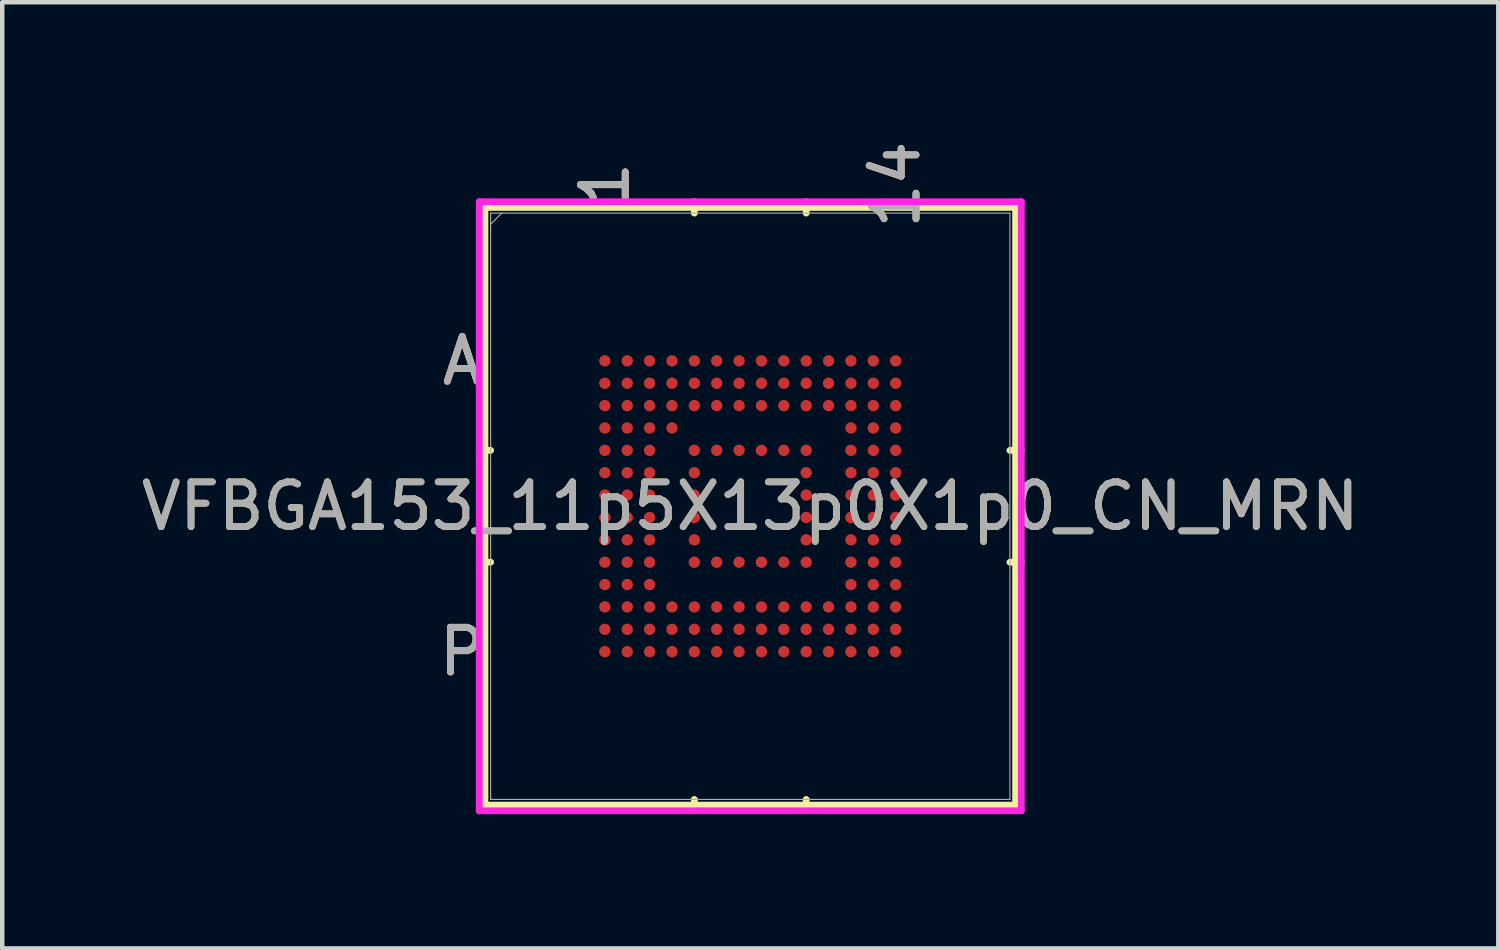
<source format=kicad_pcb>
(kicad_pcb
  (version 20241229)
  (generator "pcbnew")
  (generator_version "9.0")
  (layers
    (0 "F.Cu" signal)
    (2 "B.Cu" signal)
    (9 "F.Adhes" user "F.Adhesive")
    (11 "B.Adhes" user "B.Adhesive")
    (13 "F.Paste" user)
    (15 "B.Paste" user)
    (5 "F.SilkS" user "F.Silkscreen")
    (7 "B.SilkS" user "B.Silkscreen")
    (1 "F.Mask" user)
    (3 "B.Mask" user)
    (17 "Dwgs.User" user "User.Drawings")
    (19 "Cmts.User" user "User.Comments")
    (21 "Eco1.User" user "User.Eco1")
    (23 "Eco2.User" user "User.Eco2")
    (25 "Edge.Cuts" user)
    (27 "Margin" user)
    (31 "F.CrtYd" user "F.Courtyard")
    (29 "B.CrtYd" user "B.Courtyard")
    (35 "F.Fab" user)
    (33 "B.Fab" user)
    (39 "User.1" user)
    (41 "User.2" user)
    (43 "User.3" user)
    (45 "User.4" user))
  (footprint "VFBGA153_11p5X13p0X1p0_CN_MRN"
    (layer "F.Cu")
    (at 13.72 8.266)
    (property "Reference" "VFBGA153_11p5X13p0X1p0_CN_MRN" (at 0 0 0) (unlocked yes) (layer "F.SilkS") (effects (font (size 1 1) (thickness 0.15))))
    (attr smd)
    (fp_line (start -5.931 -6.68) (end -5.931 6.68) (stroke (width 0.152) (type solid)) (layer "F.SilkS"))
    (fp_line (start -5.931 6.68) (end 5.931 6.68) (stroke (width 0.152) (type solid)) (layer "F.SilkS"))
    (fp_line (start -5.804 -1.25) (end -6.058 -1.25) (stroke (width 0.152) (type solid)) (layer "F.SilkS"))
    (fp_line (start -5.804 1.25) (end -6.058 1.25) (stroke (width 0.152) (type solid)) (layer "F.SilkS"))
    (fp_line (start -1.25 -6.553) (end -1.25 -6.807) (stroke (width 0.152) (type solid)) (layer "F.SilkS"))
    (fp_line (start -1.25 6.553) (end -1.25 6.807) (stroke (width 0.152) (type solid)) (layer "F.SilkS"))
    (fp_line (start 1.25 -6.553) (end 1.25 -6.807) (stroke (width 0.152) (type solid)) (layer "F.SilkS"))
    (fp_line (start 1.25 6.553) (end 1.25 6.807) (stroke (width 0.152) (type solid)) (layer "F.SilkS"))
    (fp_line (start 5.804 -1.25) (end 6.058 -1.25) (stroke (width 0.152) (type solid)) (layer "F.SilkS"))
    (fp_line (start 5.804 1.25) (end 6.058 1.25) (stroke (width 0.152) (type solid)) (layer "F.SilkS"))
    (fp_line (start 5.931 -6.68) (end -5.931 -6.68) (stroke (width 0.152) (type solid)) (layer "F.SilkS"))
    (fp_line (start 5.931 6.68) (end 5.931 -6.68) (stroke (width 0.152) (type solid)) (layer "F.SilkS"))
    (fp_poly (pts (xy -3.945 -3.945) (xy 3.945 -3.945) (xy 3.945 3.945) (xy -3.945 3.945)) (stroke (width 0.1) (type solid)) (fill no) (layer "Eco2.User"))
    (fp_line (start -6.058 -6.807) (end 6.058 -6.807) (stroke (width 0.152) (type solid)) (layer "F.CrtYd"))
    (fp_line (start -6.058 6.807) (end -6.058 -6.807) (stroke (width 0.152) (type solid)) (layer "F.CrtYd"))
    (fp_line (start 6.058 -6.807) (end 6.058 6.807) (stroke (width 0.152) (type solid)) (layer "F.CrtYd"))
    (fp_line (start 6.058 6.807) (end -6.058 6.807) (stroke (width 0.152) (type solid)) (layer "F.CrtYd"))
    (fp_line (start -5.804 -6.553) (end -5.804 6.553) (stroke (width 0.025) (type solid)) (layer "F.Fab"))
    (fp_line (start -5.804 6.553) (end 5.804 6.553) (stroke (width 0.025) (type solid)) (layer "F.Fab"))
    (fp_line (start -5.554 -6.553) (end -5.804 -6.303) (stroke (width 0.025) (type solid)) (layer "F.Fab"))
    (fp_line (start 5.804 -6.553) (end -5.804 -6.553) (stroke (width 0.025) (type solid)) (layer "F.Fab"))
    (fp_line (start 5.804 6.553) (end 5.804 -6.553) (stroke (width 0.025) (type solid)) (layer "F.Fab"))
    (fp_text user "A" (at -6.439 -3.25 0) (unlocked yes) (layer "F.SilkS") (effects (font (size 1 1) (thickness 0.15))))
    (fp_text user "P" (at -6.439 3.25 0) (unlocked yes) (layer "F.SilkS") (effects (font (size 1 1) (thickness 0.15))))
    (fp_text user "14" (at 3.25 -7.188 90) (unlocked yes) (layer "F.SilkS") (effects (font (size 1 1) (thickness 0.15))))
    (fp_text user "1" (at -3.25 -7.188 90) (unlocked yes) (layer "F.SilkS") (effects (font (size 1 1) (thickness 0.15))))
    (fp_text user "14" (at 3.25 -7.188 90) (unlocked yes) (layer "B.SilkS") (effects (font (size 1 1) (thickness 0.15))))
    (fp_text user "P" (at -6.439 3.25 0) (unlocked yes) (layer "B.SilkS") (effects (font (size 1 1) (thickness 0.15))))
    (fp_text user "1" (at -3.25 -7.188 90) (unlocked yes) (layer "B.SilkS") (effects (font (size 1 1) (thickness 0.15))))
    (fp_text user "A" (at -6.439 -3.25 0) (unlocked yes) (layer "B.SilkS") (effects (font (size 1 1) (thickness 0.15))))
    (fp_text user "1" (at -3.25 -7.188 90) (unlocked yes) (layer "F.Fab") (effects (font (size 1 1) (thickness 0.15))))
    (fp_text user "P" (at -6.439 3.25 0) (unlocked yes) (layer "F.Fab") (effects (font (size 1 1) (thickness 0.15))))
    (fp_text user "A" (at -6.439 -3.25 0) (unlocked yes) (layer "F.Fab") (effects (font (size 1 1) (thickness 0.15))))
    (fp_text user "${REFERENCE}" (at 0 0 0) (unlocked yes) (layer "F.Fab") (effects (font (size 1 1) (thickness 0.15))))
    (fp_text user "14" (at 3.25 -7.188 90) (unlocked yes) (layer "F.Fab") (effects (font (size 1 1) (thickness 0.15))))
    (pad "A1" smd circle (at -3.25 -3.25) (size 0.254 0.254) (layers "F.Cu" "F.Mask" "F.Paste"))
    (pad "A2" smd circle (at -2.75 -3.25) (size 0.254 0.254) (layers "F.Cu" "F.Mask" "F.Paste"))
    (pad "A3" smd circle (at -2.25 -3.25) (size 0.254 0.254) (layers "F.Cu" "F.Mask" "F.Paste"))
    (pad "A4" smd circle (at -1.75 -3.25) (size 0.254 0.254) (layers "F.Cu" "F.Mask" "F.Paste"))
    (pad "A5" smd circle (at -1.25 -3.25) (size 0.254 0.254) (layers "F.Cu" "F.Mask" "F.Paste"))
    (pad "A6" smd circle (at -0.75 -3.25) (size 0.254 0.254) (layers "F.Cu" "F.Mask" "F.Paste"))
    (pad "A7" smd circle (at -0.25 -3.25) (size 0.254 0.254) (layers "F.Cu" "F.Mask" "F.Paste"))
    (pad "A8" smd circle (at 0.25 -3.25) (size 0.254 0.254) (layers "F.Cu" "F.Mask" "F.Paste"))
    (pad "A9" smd circle (at 0.75 -3.25) (size 0.254 0.254) (layers "F.Cu" "F.Mask" "F.Paste"))
    (pad "A10" smd circle (at 1.25 -3.25) (size 0.254 0.254) (layers "F.Cu" "F.Mask" "F.Paste"))
    (pad "A11" smd circle (at 1.75 -3.25) (size 0.254 0.254) (layers "F.Cu" "F.Mask" "F.Paste"))
    (pad "A12" smd circle (at 2.25 -3.25) (size 0.254 0.254) (layers "F.Cu" "F.Mask" "F.Paste"))
    (pad "A13" smd circle (at 2.75 -3.25) (size 0.254 0.254) (layers "F.Cu" "F.Mask" "F.Paste"))
    (pad "A14" smd circle (at 3.25 -3.25) (size 0.254 0.254) (layers "F.Cu" "F.Mask" "F.Paste"))
    (pad "B1" smd circle (at -3.25 -2.75) (size 0.254 0.254) (layers "F.Cu" "F.Mask" "F.Paste"))
    (pad "B2" smd circle (at -2.75 -2.75) (size 0.254 0.254) (layers "F.Cu" "F.Mask" "F.Paste"))
    (pad "B3" smd circle (at -2.25 -2.75) (size 0.254 0.254) (layers "F.Cu" "F.Mask" "F.Paste"))
    (pad "B4" smd circle (at -1.75 -2.75) (size 0.254 0.254) (layers "F.Cu" "F.Mask" "F.Paste"))
    (pad "B5" smd circle (at -1.25 -2.75) (size 0.254 0.254) (layers "F.Cu" "F.Mask" "F.Paste"))
    (pad "B6" smd circle (at -0.75 -2.75) (size 0.254 0.254) (layers "F.Cu" "F.Mask" "F.Paste"))
    (pad "B7" smd circle (at -0.25 -2.75) (size 0.254 0.254) (layers "F.Cu" "F.Mask" "F.Paste"))
    (pad "B8" smd circle (at 0.25 -2.75) (size 0.254 0.254) (layers "F.Cu" "F.Mask" "F.Paste"))
    (pad "B9" smd circle (at 0.75 -2.75) (size 0.254 0.254) (layers "F.Cu" "F.Mask" "F.Paste"))
    (pad "B10" smd circle (at 1.25 -2.75) (size 0.254 0.254) (layers "F.Cu" "F.Mask" "F.Paste"))
    (pad "B11" smd circle (at 1.75 -2.75) (size 0.254 0.254) (layers "F.Cu" "F.Mask" "F.Paste"))
    (pad "B12" smd circle (at 2.25 -2.75) (size 0.254 0.254) (layers "F.Cu" "F.Mask" "F.Paste"))
    (pad "B13" smd circle (at 2.75 -2.75) (size 0.254 0.254) (layers "F.Cu" "F.Mask" "F.Paste"))
    (pad "B14" smd circle (at 3.25 -2.75) (size 0.254 0.254) (layers "F.Cu" "F.Mask" "F.Paste"))
    (pad "C1" smd circle (at -3.25 -2.25) (size 0.254 0.254) (layers "F.Cu" "F.Mask" "F.Paste"))
    (pad "C2" smd circle (at -2.75 -2.25) (size 0.254 0.254) (layers "F.Cu" "F.Mask" "F.Paste"))
    (pad "C3" smd circle (at -2.25 -2.25) (size 0.254 0.254) (layers "F.Cu" "F.Mask" "F.Paste"))
    (pad "C4" smd circle (at -1.75 -2.25) (size 0.254 0.254) (layers "F.Cu" "F.Mask" "F.Paste"))
    (pad "C5" smd circle (at -1.25 -2.25) (size 0.254 0.254) (layers "F.Cu" "F.Mask" "F.Paste"))
    (pad "C6" smd circle (at -0.75 -2.25) (size 0.254 0.254) (layers "F.Cu" "F.Mask" "F.Paste"))
    (pad "C7" smd circle (at -0.25 -2.25) (size 0.254 0.254) (layers "F.Cu" "F.Mask" "F.Paste"))
    (pad "C8" smd circle (at 0.25 -2.25) (size 0.254 0.254) (layers "F.Cu" "F.Mask" "F.Paste"))
    (pad "C9" smd circle (at 0.75 -2.25) (size 0.254 0.254) (layers "F.Cu" "F.Mask" "F.Paste"))
    (pad "C10" smd circle (at 1.25 -2.25) (size 0.254 0.254) (layers "F.Cu" "F.Mask" "F.Paste"))
    (pad "C11" smd circle (at 1.75 -2.25) (size 0.254 0.254) (layers "F.Cu" "F.Mask" "F.Paste"))
    (pad "C12" smd circle (at 2.25 -2.25) (size 0.254 0.254) (layers "F.Cu" "F.Mask" "F.Paste"))
    (pad "C13" smd circle (at 2.75 -2.25) (size 0.254 0.254) (layers "F.Cu" "F.Mask" "F.Paste"))
    (pad "C14" smd circle (at 3.25 -2.25) (size 0.254 0.254) (layers "F.Cu" "F.Mask" "F.Paste"))
    (pad "D1" smd circle (at -3.25 -1.75) (size 0.254 0.254) (layers "F.Cu" "F.Mask" "F.Paste"))
    (pad "D2" smd circle (at -2.75 -1.75) (size 0.254 0.254) (layers "F.Cu" "F.Mask" "F.Paste"))
    (pad "D3" smd circle (at -2.25 -1.75) (size 0.254 0.254) (layers "F.Cu" "F.Mask" "F.Paste"))
    (pad "D4" smd circle (at -1.75 -1.75) (size 0.254 0.254) (layers "F.Cu" "F.Mask" "F.Paste"))
    (pad "D12" smd circle (at 2.25 -1.75) (size 0.254 0.254) (layers "F.Cu" "F.Mask" "F.Paste"))
    (pad "D13" smd circle (at 2.75 -1.75) (size 0.254 0.254) (layers "F.Cu" "F.Mask" "F.Paste"))
    (pad "D14" smd circle (at 3.25 -1.75) (size 0.254 0.254) (layers "F.Cu" "F.Mask" "F.Paste"))
    (pad "E1" smd circle (at -3.25 -1.25) (size 0.254 0.254) (layers "F.Cu" "F.Mask" "F.Paste"))
    (pad "E2" smd circle (at -2.75 -1.25) (size 0.254 0.254) (layers "F.Cu" "F.Mask" "F.Paste"))
    (pad "E3" smd circle (at -2.25 -1.25) (size 0.254 0.254) (layers "F.Cu" "F.Mask" "F.Paste"))
    (pad "E5" smd circle (at -1.25 -1.25) (size 0.254 0.254) (layers "F.Cu" "F.Mask" "F.Paste"))
    (pad "E6" smd circle (at -0.75 -1.25) (size 0.254 0.254) (layers "F.Cu" "F.Mask" "F.Paste"))
    (pad "E7" smd circle (at -0.25 -1.25) (size 0.254 0.254) (layers "F.Cu" "F.Mask" "F.Paste"))
    (pad "E8" smd circle (at 0.25 -1.25) (size 0.254 0.254) (layers "F.Cu" "F.Mask" "F.Paste"))
    (pad "E9" smd circle (at 0.75 -1.25) (size 0.254 0.254) (layers "F.Cu" "F.Mask" "F.Paste"))
    (pad "E10" smd circle (at 1.25 -1.25) (size 0.254 0.254) (layers "F.Cu" "F.Mask" "F.Paste"))
    (pad "E12" smd circle (at 2.25 -1.25) (size 0.254 0.254) (layers "F.Cu" "F.Mask" "F.Paste"))
    (pad "E13" smd circle (at 2.75 -1.25) (size 0.254 0.254) (layers "F.Cu" "F.Mask" "F.Paste"))
    (pad "E14" smd circle (at 3.25 -1.25) (size 0.254 0.254) (layers "F.Cu" "F.Mask" "F.Paste"))
    (pad "F1" smd circle (at -3.25 -0.75) (size 0.254 0.254) (layers "F.Cu" "F.Mask" "F.Paste"))
    (pad "F2" smd circle (at -2.75 -0.75) (size 0.254 0.254) (layers "F.Cu" "F.Mask" "F.Paste"))
    (pad "F3" smd circle (at -2.25 -0.75) (size 0.254 0.254) (layers "F.Cu" "F.Mask" "F.Paste"))
    (pad "F5" smd circle (at -1.25 -0.75) (size 0.254 0.254) (layers "F.Cu" "F.Mask" "F.Paste"))
    (pad "F10" smd circle (at 1.25 -0.75) (size 0.254 0.254) (layers "F.Cu" "F.Mask" "F.Paste"))
    (pad "F12" smd circle (at 2.25 -0.75) (size 0.254 0.254) (layers "F.Cu" "F.Mask" "F.Paste"))
    (pad "F13" smd circle (at 2.75 -0.75) (size 0.254 0.254) (layers "F.Cu" "F.Mask" "F.Paste"))
    (pad "F14" smd circle (at 3.25 -0.75) (size 0.254 0.254) (layers "F.Cu" "F.Mask" "F.Paste"))
    (pad "G1" smd circle (at -3.25 -0.25) (size 0.254 0.254) (layers "F.Cu" "F.Mask" "F.Paste"))
    (pad "G2" smd circle (at -2.75 -0.25) (size 0.254 0.254) (layers "F.Cu" "F.Mask" "F.Paste"))
    (pad "G3" smd circle (at -2.25 -0.25) (size 0.254 0.254) (layers "F.Cu" "F.Mask" "F.Paste"))
    (pad "G5" smd circle (at -1.25 -0.25) (size 0.254 0.254) (layers "F.Cu" "F.Mask" "F.Paste"))
    (pad "G10" smd circle (at 1.25 -0.25) (size 0.254 0.254) (layers "F.Cu" "F.Mask" "F.Paste"))
    (pad "G12" smd circle (at 2.25 -0.25) (size 0.254 0.254) (layers "F.Cu" "F.Mask" "F.Paste"))
    (pad "G13" smd circle (at 2.75 -0.25) (size 0.254 0.254) (layers "F.Cu" "F.Mask" "F.Paste"))
    (pad "G14" smd circle (at 3.25 -0.25) (size 0.254 0.254) (layers "F.Cu" "F.Mask" "F.Paste"))
    (pad "H1" smd circle (at -3.25 0.25) (size 0.254 0.254) (layers "F.Cu" "F.Mask" "F.Paste"))
    (pad "H2" smd circle (at -2.75 0.25) (size 0.254 0.254) (layers "F.Cu" "F.Mask" "F.Paste"))
    (pad "H3" smd circle (at -2.25 0.25) (size 0.254 0.254) (layers "F.Cu" "F.Mask" "F.Paste"))
    (pad "H5" smd circle (at -1.25 0.25) (size 0.254 0.254) (layers "F.Cu" "F.Mask" "F.Paste"))
    (pad "H10" smd circle (at 1.25 0.25) (size 0.254 0.254) (layers "F.Cu" "F.Mask" "F.Paste"))
    (pad "H12" smd circle (at 2.25 0.25) (size 0.254 0.254) (layers "F.Cu" "F.Mask" "F.Paste"))
    (pad "H13" smd circle (at 2.75 0.25) (size 0.254 0.254) (layers "F.Cu" "F.Mask" "F.Paste"))
    (pad "H14" smd circle (at 3.25 0.25) (size 0.254 0.254) (layers "F.Cu" "F.Mask" "F.Paste"))
    (pad "J1" smd circle (at -3.25 0.75) (size 0.254 0.254) (layers "F.Cu" "F.Mask" "F.Paste"))
    (pad "J2" smd circle (at -2.75 0.75) (size 0.254 0.254) (layers "F.Cu" "F.Mask" "F.Paste"))
    (pad "J3" smd circle (at -2.25 0.75) (size 0.254 0.254) (layers "F.Cu" "F.Mask" "F.Paste"))
    (pad "J5" smd circle (at -1.25 0.75) (size 0.254 0.254) (layers "F.Cu" "F.Mask" "F.Paste"))
    (pad "J10" smd circle (at 1.25 0.75) (size 0.254 0.254) (layers "F.Cu" "F.Mask" "F.Paste"))
    (pad "J12" smd circle (at 2.25 0.75) (size 0.254 0.254) (layers "F.Cu" "F.Mask" "F.Paste"))
    (pad "J13" smd circle (at 2.75 0.75) (size 0.254 0.254) (layers "F.Cu" "F.Mask" "F.Paste"))
    (pad "J14" smd circle (at 3.25 0.75) (size 0.254 0.254) (layers "F.Cu" "F.Mask" "F.Paste"))
    (pad "K1" smd circle (at -3.25 1.25) (size 0.254 0.254) (layers "F.Cu" "F.Mask" "F.Paste"))
    (pad "K2" smd circle (at -2.75 1.25) (size 0.254 0.254) (layers "F.Cu" "F.Mask" "F.Paste"))
    (pad "K3" smd circle (at -2.25 1.25) (size 0.254 0.254) (layers "F.Cu" "F.Mask" "F.Paste"))
    (pad "K5" smd circle (at -1.25 1.25) (size 0.254 0.254) (layers "F.Cu" "F.Mask" "F.Paste"))
    (pad "K6" smd circle (at -0.75 1.25) (size 0.254 0.254) (layers "F.Cu" "F.Mask" "F.Paste"))
    (pad "K7" smd circle (at -0.25 1.25) (size 0.254 0.254) (layers "F.Cu" "F.Mask" "F.Paste"))
    (pad "K8" smd circle (at 0.25 1.25) (size 0.254 0.254) (layers "F.Cu" "F.Mask" "F.Paste"))
    (pad "K9" smd circle (at 0.75 1.25) (size 0.254 0.254) (layers "F.Cu" "F.Mask" "F.Paste"))
    (pad "K10" smd circle (at 1.25 1.25) (size 0.254 0.254) (layers "F.Cu" "F.Mask" "F.Paste"))
    (pad "K12" smd circle (at 2.25 1.25) (size 0.254 0.254) (layers "F.Cu" "F.Mask" "F.Paste"))
    (pad "K13" smd circle (at 2.75 1.25) (size 0.254 0.254) (layers "F.Cu" "F.Mask" "F.Paste"))
    (pad "K14" smd circle (at 3.25 1.25) (size 0.254 0.254) (layers "F.Cu" "F.Mask" "F.Paste"))
    (pad "L1" smd circle (at -3.25 1.75) (size 0.254 0.254) (layers "F.Cu" "F.Mask" "F.Paste"))
    (pad "L2" smd circle (at -2.75 1.75) (size 0.254 0.254) (layers "F.Cu" "F.Mask" "F.Paste"))
    (pad "L3" smd circle (at -2.25 1.75) (size 0.254 0.254) (layers "F.Cu" "F.Mask" "F.Paste"))
    (pad "L12" smd circle (at 2.25 1.75) (size 0.254 0.254) (layers "F.Cu" "F.Mask" "F.Paste"))
    (pad "L13" smd circle (at 2.75 1.75) (size 0.254 0.254) (layers "F.Cu" "F.Mask" "F.Paste"))
    (pad "L14" smd circle (at 3.25 1.75) (size 0.254 0.254) (layers "F.Cu" "F.Mask" "F.Paste"))
    (pad "M1" smd circle (at -3.25 2.25) (size 0.254 0.254) (layers "F.Cu" "F.Mask" "F.Paste"))
    (pad "M2" smd circle (at -2.75 2.25) (size 0.254 0.254) (layers "F.Cu" "F.Mask" "F.Paste"))
    (pad "M3" smd circle (at -2.25 2.25) (size 0.254 0.254) (layers "F.Cu" "F.Mask" "F.Paste"))
    (pad "M4" smd circle (at -1.75 2.25) (size 0.254 0.254) (layers "F.Cu" "F.Mask" "F.Paste"))
    (pad "M5" smd circle (at -1.25 2.25) (size 0.254 0.254) (layers "F.Cu" "F.Mask" "F.Paste"))
    (pad "M6" smd circle (at -0.75 2.25) (size 0.254 0.254) (layers "F.Cu" "F.Mask" "F.Paste"))
    (pad "M7" smd circle (at -0.25 2.25) (size 0.254 0.254) (layers "F.Cu" "F.Mask" "F.Paste"))
    (pad "M8" smd circle (at 0.25 2.25) (size 0.254 0.254) (layers "F.Cu" "F.Mask" "F.Paste"))
    (pad "M9" smd circle (at 0.75 2.25) (size 0.254 0.254) (layers "F.Cu" "F.Mask" "F.Paste"))
    (pad "M10" smd circle (at 1.25 2.25) (size 0.254 0.254) (layers "F.Cu" "F.Mask" "F.Paste"))
    (pad "M11" smd circle (at 1.75 2.25) (size 0.254 0.254) (layers "F.Cu" "F.Mask" "F.Paste"))
    (pad "M12" smd circle (at 2.25 2.25) (size 0.254 0.254) (layers "F.Cu" "F.Mask" "F.Paste"))
    (pad "M13" smd circle (at 2.75 2.25) (size 0.254 0.254) (layers "F.Cu" "F.Mask" "F.Paste"))
    (pad "M14" smd circle (at 3.25 2.25) (size 0.254 0.254) (layers "F.Cu" "F.Mask" "F.Paste"))
    (pad "N1" smd circle (at -3.25 2.75) (size 0.254 0.254) (layers "F.Cu" "F.Mask" "F.Paste"))
    (pad "N2" smd circle (at -2.75 2.75) (size 0.254 0.254) (layers "F.Cu" "F.Mask" "F.Paste"))
    (pad "N3" smd circle (at -2.25 2.75) (size 0.254 0.254) (layers "F.Cu" "F.Mask" "F.Paste"))
    (pad "N4" smd circle (at -1.75 2.75) (size 0.254 0.254) (layers "F.Cu" "F.Mask" "F.Paste"))
    (pad "N5" smd circle (at -1.25 2.75) (size 0.254 0.254) (layers "F.Cu" "F.Mask" "F.Paste"))
    (pad "N6" smd circle (at -0.75 2.75) (size 0.254 0.254) (layers "F.Cu" "F.Mask" "F.Paste"))
    (pad "N7" smd circle (at -0.25 2.75) (size 0.254 0.254) (layers "F.Cu" "F.Mask" "F.Paste"))
    (pad "N8" smd circle (at 0.25 2.75) (size 0.254 0.254) (layers "F.Cu" "F.Mask" "F.Paste"))
    (pad "N9" smd circle (at 0.75 2.75) (size 0.254 0.254) (layers "F.Cu" "F.Mask" "F.Paste"))
    (pad "N10" smd circle (at 1.25 2.75) (size 0.254 0.254) (layers "F.Cu" "F.Mask" "F.Paste"))
    (pad "N11" smd circle (at 1.75 2.75) (size 0.254 0.254) (layers "F.Cu" "F.Mask" "F.Paste"))
    (pad "N12" smd circle (at 2.25 2.75) (size 0.254 0.254) (layers "F.Cu" "F.Mask" "F.Paste"))
    (pad "N13" smd circle (at 2.75 2.75) (size 0.254 0.254) (layers "F.Cu" "F.Mask" "F.Paste"))
    (pad "N14" smd circle (at 3.25 2.75) (size 0.254 0.254) (layers "F.Cu" "F.Mask" "F.Paste"))
    (pad "P1" smd circle (at -3.25 3.25) (size 0.254 0.254) (layers "F.Cu" "F.Mask" "F.Paste"))
    (pad "P2" smd circle (at -2.75 3.25) (size 0.254 0.254) (layers "F.Cu" "F.Mask" "F.Paste"))
    (pad "P3" smd circle (at -2.25 3.25) (size 0.254 0.254) (layers "F.Cu" "F.Mask" "F.Paste"))
    (pad "P4" smd circle (at -1.75 3.25) (size 0.254 0.254) (layers "F.Cu" "F.Mask" "F.Paste"))
    (pad "P5" smd circle (at -1.25 3.25) (size 0.254 0.254) (layers "F.Cu" "F.Mask" "F.Paste"))
    (pad "P6" smd circle (at -0.75 3.25) (size 0.254 0.254) (layers "F.Cu" "F.Mask" "F.Paste"))
    (pad "P7" smd circle (at -0.25 3.25) (size 0.254 0.254) (layers "F.Cu" "F.Mask" "F.Paste"))
    (pad "P8" smd circle (at 0.25 3.25) (size 0.254 0.254) (layers "F.Cu" "F.Mask" "F.Paste"))
    (pad "P9" smd circle (at 0.75 3.25) (size 0.254 0.254) (layers "F.Cu" "F.Mask" "F.Paste"))
    (pad "P10" smd circle (at 1.25 3.25) (size 0.254 0.254) (layers "F.Cu" "F.Mask" "F.Paste"))
    (pad "P11" smd circle (at 1.75 3.25) (size 0.254 0.254) (layers "F.Cu" "F.Mask" "F.Paste"))
    (pad "P12" smd circle (at 2.25 3.25) (size 0.254 0.254) (layers "F.Cu" "F.Mask" "F.Paste"))
    (pad "P13" smd circle (at 2.75 3.25) (size 0.254 0.254) (layers "F.Cu" "F.Mask" "F.Paste"))
    (pad "P14" smd circle (at 3.25 3.25) (size 0.254 0.254) (layers "F.Cu" "F.Mask" "F.Paste")))
  (gr_rect
    (start -3 -3)
    (end 30.44 18.149)
    (stroke (width 0.1) (type default))
    (fill no)
    (layer "Edge.Cuts")))
</source>
